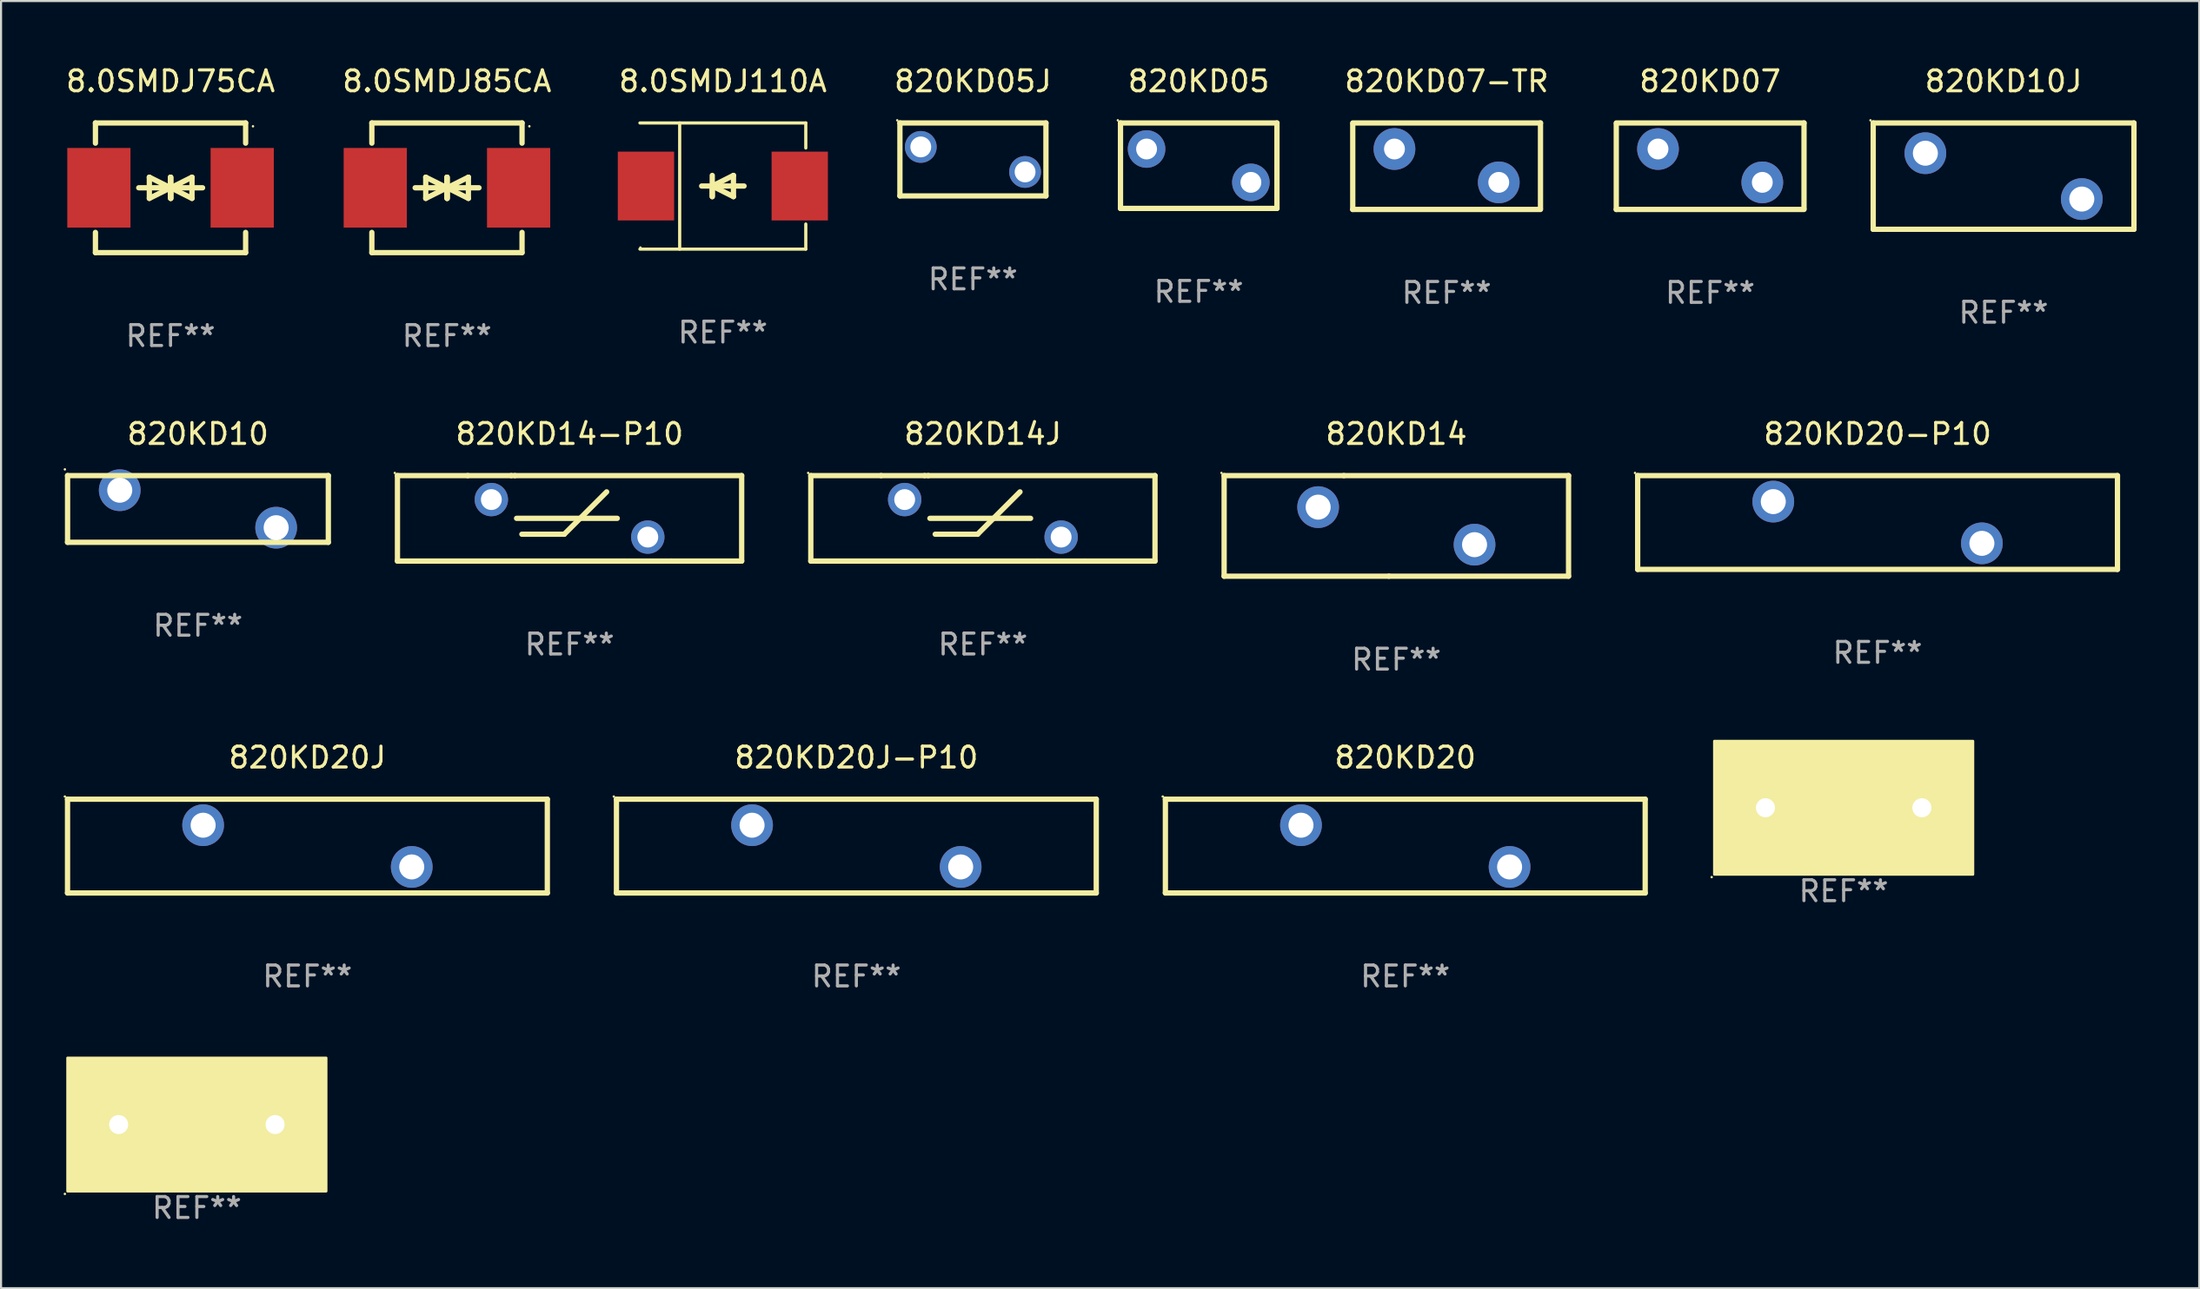
<source format=kicad_pcb>
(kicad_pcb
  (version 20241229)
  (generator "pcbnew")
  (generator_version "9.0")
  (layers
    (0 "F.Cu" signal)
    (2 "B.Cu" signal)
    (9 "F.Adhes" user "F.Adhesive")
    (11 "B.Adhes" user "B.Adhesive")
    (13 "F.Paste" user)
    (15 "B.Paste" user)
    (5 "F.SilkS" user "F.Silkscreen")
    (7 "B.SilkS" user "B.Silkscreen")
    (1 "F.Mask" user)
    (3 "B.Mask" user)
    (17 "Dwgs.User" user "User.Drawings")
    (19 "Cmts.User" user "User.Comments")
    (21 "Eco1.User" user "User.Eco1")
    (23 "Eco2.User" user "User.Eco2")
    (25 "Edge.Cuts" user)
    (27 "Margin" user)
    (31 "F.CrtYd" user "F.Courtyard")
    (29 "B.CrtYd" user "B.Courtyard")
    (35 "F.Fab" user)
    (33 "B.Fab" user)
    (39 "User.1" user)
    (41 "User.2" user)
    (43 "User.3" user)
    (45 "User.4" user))
  (footprint "820KD05J"
    (layer "F.Cu")
    (at 43.589 4.598)
    (property "Reference" "820KD05J" (at 0 -3.75 0) (layer "F.SilkS") (effects (font (size 1 1) (thickness 0.15))))
    (attr through_hole)
    (fp_line (start -3.5 -1.75) (end 3.5 -1.75) (stroke (width 0.254) (type solid)) (layer "F.SilkS"))
    (fp_line (start -3.5 1.75) (end -3.5 -1.75) (stroke (width 0.254) (type solid)) (layer "F.SilkS"))
    (fp_line (start -3.5 1.75) (end 3.5 1.75) (stroke (width 0.254) (type solid)) (layer "F.SilkS"))
    (fp_line (start 3.5 -1.75) (end 3.5 1.75) (stroke (width 0.254) (type solid)) (layer "F.SilkS"))
    (fp_circle (center -3.627 -1.877) (end -3.597 -1.877) (stroke (width 0.06) (type solid)) (fill no) (layer "F.SilkS"))
    (fp_text user "REF**" (at 0 5.75 0) (layer "F.Fab") (effects (font (size 1 1) (thickness 0.15))))
    (pad "1" thru_hole circle (at -2.5 -0.6) (size 1.524 1.524) (drill 1) (layers "*.Cu" "*.Mask"))
    (pad "2" thru_hole circle (at 2.5 0.6) (size 1.524 1.524) (drill 1) (layers "*.Cu" "*.Mask")))
  (footprint "820KD10J"
    (layer "F.Cu")
    (at 92.994 5.399)
    (property "Reference" "820KD10J" (at 0 -4.55 0) (layer "F.SilkS") (effects (font (size 1 1) (thickness 0.15))))
    (attr through_hole)
    (fp_line (start -6.249 -2.55) (end 6.251 -2.55) (stroke (width 0.254) (type solid)) (layer "F.SilkS"))
    (fp_line (start -6.249 2.55) (end -6.249 -2.55) (stroke (width 0.254) (type solid)) (layer "F.SilkS"))
    (fp_line (start 6.251 -2.55) (end 6.251 2.55) (stroke (width 0.254) (type solid)) (layer "F.SilkS"))
    (fp_line (start 6.251 2.55) (end -6.251 2.55) (stroke (width 0.254) (type solid)) (layer "F.SilkS"))
    (fp_circle (center -6.378 -2.677) (end -6.348 -2.677) (stroke (width 0.06) (type solid)) (fill no) (layer "F.SilkS"))
    (fp_text user "REF**" (at 0 6.55 0) (layer "F.Fab") (effects (font (size 1 1) (thickness 0.15))))
    (pad "1" thru_hole circle (at -3.748 -1.1) (size 2 2) (drill 1.2) (layers "*.Cu" "*.Mask"))
    (pad "2" thru_hole circle (at 3.75 1.1) (size 2 2) (drill 1.2) (layers "*.Cu" "*.Mask")))
  (footprint "820KD20J-P10"
    (layer "F.Cu")
    (at 38.001 37.538)
    (property "Reference" "820KD20J-P10" (at 0 -4.25 0) (layer "F.SilkS") (effects (font (size 1 1) (thickness 0.15))))
    (attr through_hole)
    (fp_line (start -11.5 -2.25) (end 11.5 -2.25) (stroke (width 0.254) (type solid)) (layer "F.SilkS"))
    (fp_line (start -11.5 2.25) (end -11.5 -2.25) (stroke (width 0.254) (type solid)) (layer "F.SilkS"))
    (fp_line (start 11.5 -2.25) (end 11.5 2.25) (stroke (width 0.254) (type solid)) (layer "F.SilkS"))
    (fp_line (start 11.5 2.249) (end -11.5 2.249) (stroke (width 0.254) (type solid)) (layer "F.SilkS"))
    (fp_circle (center -11.627 -2.377) (end -11.597 -2.377) (stroke (width 0.06) (type solid)) (fill no) (layer "F.SilkS"))
    (fp_text user "REF**" (at 0 6.25 0) (layer "F.Fab") (effects (font (size 1 1) (thickness 0.15))))
    (pad "1" thru_hole circle (at -5 -1.002) (size 2 2) (drill 1.2) (layers "*.Cu" "*.Mask"))
    (pad "2" thru_hole circle (at 5 0.999) (size 2 2) (drill 1.2) (layers "*.Cu" "*.Mask")))
  (footprint "820KD14-P10"
    (layer "F.Cu")
    (at 24.253 21.815)
    (property "Reference" "820KD14-P10" (at 0 -4.05 0) (layer "F.SilkS") (effects (font (size 1 1) (thickness 0.15))))
    (attr through_hole)
    (fp_line (start -8.25 -2.05) (end -4.881 -2.05) (stroke (width 0.254) (type solid)) (layer "F.SilkS"))
    (fp_line (start -8.25 2.05) (end -8.25 -2.05) (stroke (width 0.254) (type solid)) (layer "F.SilkS"))
    (fp_line (start -8.25 2.05) (end 2.619 2.05) (stroke (width 0.254) (type solid)) (layer "F.SilkS"))
    (fp_line (start -4.881 -2.05) (end -2.794 -2.05) (stroke (width 0.254) (type solid)) (layer "F.SilkS"))
    (fp_line (start -2.794 -2.05) (end -2.619 -2.05) (stroke (width 0.254) (type solid)) (layer "F.SilkS"))
    (fp_line (start -2.54 0) (end 2.286 0) (stroke (width 0.254) (type solid)) (layer "F.SilkS"))
    (fp_line (start -2.286 0.762) (end -0.254 0.762) (stroke (width 0.254) (type solid)) (layer "F.SilkS"))
    (fp_line (start -0.254 0.762) (end 1.778 -1.27) (stroke (width 0.254) (type solid)) (layer "F.SilkS"))
    (fp_line (start 2.619 2.05) (end 4.881 2.05) (stroke (width 0.254) (type solid)) (layer "F.SilkS"))
    (fp_line (start 4.881 2.05) (end 8.25 2.05) (stroke (width 0.254) (type solid)) (layer "F.SilkS"))
    (fp_line (start 8.25 -2.05) (end -2.619 -2.05) (stroke (width 0.254) (type solid)) (layer "F.SilkS"))
    (fp_line (start 8.25 -2.05) (end 8.25 2.05) (stroke (width 0.254) (type solid)) (layer "F.SilkS"))
    (fp_circle (center -8.377 -2.177) (end -8.347 -2.177) (stroke (width 0.06) (type solid)) (fill no) (layer "F.SilkS"))
    (fp_text user "REF**" (at 0 6.05 0) (layer "F.Fab") (effects (font (size 1 1) (thickness 0.15))))
    (pad "1" thru_hole circle (at -3.75 -0.9) (size 1.6 1.6) (drill 1) (layers "*.Cu" "*.Mask"))
    (pad "2" thru_hole circle (at 3.75 0.9) (size 1.6 1.6) (drill 1) (layers "*.Cu" "*.Mask")))
  (footprint "8.0SMDJ75CA"
    (layer "F.Cu")
    (at 5.125 5.958)
    (property "Reference" "8.0SMDJ75CA" (at 0 -5.11 0) (layer "F.SilkS") (effects (font (size 1 1) (thickness 0.15))))
    (attr through_hole)
    (fp_line (start -3.6 -2.141) (end -3.6 -3.11) (stroke (width 0.254) (type solid)) (layer "F.SilkS"))
    (fp_line (start -3.6 3.11) (end -3.6 2.141) (stroke (width 0.254) (type solid)) (layer "F.SilkS"))
    (fp_line (start -1.524 0) (end 0.508 0) (stroke (width 0.254) (type solid)) (layer "F.SilkS"))
    (fp_line (start -1.016 -0.508) (end -1.016 0.508) (stroke (width 0.254) (type solid)) (layer "F.SilkS"))
    (fp_line (start -1.016 0.508) (end 0 0) (stroke (width 0.254) (type solid)) (layer "F.SilkS"))
    (fp_line (start 0 -0.508) (end 0 0.508) (stroke (width 0.254) (type solid)) (layer "F.SilkS"))
    (fp_line (start 0 0) (end -1.016 -0.508) (stroke (width 0.254) (type solid)) (layer "F.SilkS"))
    (fp_line (start 0 0) (end 0 -0.508) (stroke (width 0.254) (type solid)) (layer "F.SilkS"))
    (fp_line (start 0.012 0) (end 0.012 0.508) (stroke (width 0.254) (type solid)) (layer "F.SilkS"))
    (fp_line (start 0.012 0) (end 1.028 0.508) (stroke (width 0.254) (type solid)) (layer "F.SilkS"))
    (fp_line (start 0.012 0.508) (end 0.012 -0.508) (stroke (width 0.254) (type solid)) (layer "F.SilkS"))
    (fp_line (start 1.028 -0.508) (end 0.012 0) (stroke (width 0.254) (type solid)) (layer "F.SilkS"))
    (fp_line (start 1.028 0.508) (end 1.028 -0.508) (stroke (width 0.254) (type solid)) (layer "F.SilkS"))
    (fp_line (start 1.536 0) (end -0.496 0) (stroke (width 0.254) (type solid)) (layer "F.SilkS"))
    (fp_line (start 3.6 -3.11) (end -3.6 -3.11) (stroke (width 0.254) (type solid)) (layer "F.SilkS"))
    (fp_line (start 3.6 -2.141) (end 3.6 -3.11) (stroke (width 0.254) (type solid)) (layer "F.SilkS"))
    (fp_line (start 3.6 3.11) (end -3.6 3.11) (stroke (width 0.254) (type solid)) (layer "F.SilkS"))
    (fp_line (start 3.6 3.11) (end 3.6 2.141) (stroke (width 0.254) (type solid)) (layer "F.SilkS"))
    (fp_circle (center 3.952 -2.95) (end 3.982 -2.95) (stroke (width 0.06) (type solid)) (fill no) (layer "F.SilkS"))
    (fp_text user "REF**" (at 0 7.11 0) (layer "F.Fab") (effects (font (size 1 1) (thickness 0.15))))
    (pad "1" smd rect (at 3.435 0) (size 3.03 3.82) (layers "F.Cu" "F.Mask" "F.Paste"))
    (pad "2" smd rect (at -3.435 0) (size 3.03 3.82) (layers "F.Cu" "F.Mask" "F.Paste")))
  (footprint "820KD20J"
    (layer "F.Cu")
    (at 11.687 37.538)
    (property "Reference" "820KD20J" (at 0 -4.25 0) (layer "F.SilkS") (effects (font (size 1 1) (thickness 0.15))))
    (attr through_hole)
    (fp_line (start -11.5 -2.25) (end 11.5 -2.25) (stroke (width 0.254) (type solid)) (layer "F.SilkS"))
    (fp_line (start -11.5 2.25) (end -11.5 -2.25) (stroke (width 0.254) (type solid)) (layer "F.SilkS"))
    (fp_line (start 11.5 -2.25) (end 11.5 2.25) (stroke (width 0.254) (type solid)) (layer "F.SilkS"))
    (fp_line (start 11.5 2.249) (end -11.5 2.249) (stroke (width 0.254) (type solid)) (layer "F.SilkS"))
    (fp_circle (center -11.627 -2.377) (end -11.597 -2.377) (stroke (width 0.06) (type solid)) (fill no) (layer "F.SilkS"))
    (fp_text user "REF**" (at 0 6.25 0) (layer "F.Fab") (effects (font (size 1 1) (thickness 0.15))))
    (pad "1" thru_hole circle (at -5 -1.002) (size 2 2) (drill 1.2) (layers "*.Cu" "*.Mask"))
    (pad "2" thru_hole circle (at 5 0.999) (size 2 2) (drill 1.2) (layers "*.Cu" "*.Mask")))
  (footprint "8.0SMDJ85CA"
    (layer "F.Cu")
    (at 18.375 5.958)
    (property "Reference" "8.0SMDJ85CA" (at 0 -5.11 0) (layer "F.SilkS") (effects (font (size 1 1) (thickness 0.15))))
    (attr through_hole)
    (fp_line (start -3.6 -2.141) (end -3.6 -3.11) (stroke (width 0.254) (type solid)) (layer "F.SilkS"))
    (fp_line (start -3.6 3.11) (end -3.6 2.141) (stroke (width 0.254) (type solid)) (layer "F.SilkS"))
    (fp_line (start -1.524 0) (end 0.508 0) (stroke (width 0.254) (type solid)) (layer "F.SilkS"))
    (fp_line (start -1.016 -0.508) (end -1.016 0.508) (stroke (width 0.254) (type solid)) (layer "F.SilkS"))
    (fp_line (start -1.016 0.508) (end 0 0) (stroke (width 0.254) (type solid)) (layer "F.SilkS"))
    (fp_line (start 0 -0.508) (end 0 0.508) (stroke (width 0.254) (type solid)) (layer "F.SilkS"))
    (fp_line (start 0 0) (end -1.016 -0.508) (stroke (width 0.254) (type solid)) (layer "F.SilkS"))
    (fp_line (start 0 0) (end 0 -0.508) (stroke (width 0.254) (type solid)) (layer "F.SilkS"))
    (fp_line (start 0.012 0) (end 0.012 0.508) (stroke (width 0.254) (type solid)) (layer "F.SilkS"))
    (fp_line (start 0.012 0) (end 1.028 0.508) (stroke (width 0.254) (type solid)) (layer "F.SilkS"))
    (fp_line (start 0.012 0.508) (end 0.012 -0.508) (stroke (width 0.254) (type solid)) (layer "F.SilkS"))
    (fp_line (start 1.028 -0.508) (end 0.012 0) (stroke (width 0.254) (type solid)) (layer "F.SilkS"))
    (fp_line (start 1.028 0.508) (end 1.028 -0.508) (stroke (width 0.254) (type solid)) (layer "F.SilkS"))
    (fp_line (start 1.536 0) (end -0.496 0) (stroke (width 0.254) (type solid)) (layer "F.SilkS"))
    (fp_line (start 3.6 -3.11) (end -3.6 -3.11) (stroke (width 0.254) (type solid)) (layer "F.SilkS"))
    (fp_line (start 3.6 -2.141) (end 3.6 -3.11) (stroke (width 0.254) (type solid)) (layer "F.SilkS"))
    (fp_line (start 3.6 3.11) (end -3.6 3.11) (stroke (width 0.254) (type solid)) (layer "F.SilkS"))
    (fp_line (start 3.6 3.11) (end 3.6 2.141) (stroke (width 0.254) (type solid)) (layer "F.SilkS"))
    (fp_circle (center 3.952 -2.95) (end 3.982 -2.95) (stroke (width 0.06) (type solid)) (fill no) (layer "F.SilkS"))
    (fp_text user "REF**" (at 0 7.11 0) (layer "F.Fab") (effects (font (size 1 1) (thickness 0.15))))
    (pad "1" smd rect (at 3.435 0) (size 3.03 3.82) (layers "F.Cu" "F.Mask" "F.Paste"))
    (pad "2" smd rect (at -3.435 0) (size 3.03 3.82) (layers "F.Cu" "F.Mask" "F.Paste")))
  (footprint "820KD14J"
    (layer "F.Cu")
    (at 44.067 21.815)
    (property "Reference" "820KD14J" (at 0 -4.05 0) (layer "F.SilkS") (effects (font (size 1 1) (thickness 0.15))))
    (attr through_hole)
    (fp_line (start -8.25 -2.05) (end -4.881 -2.05) (stroke (width 0.254) (type solid)) (layer "F.SilkS"))
    (fp_line (start -8.25 2.05) (end -8.25 -2.05) (stroke (width 0.254) (type solid)) (layer "F.SilkS"))
    (fp_line (start -8.25 2.05) (end 2.619 2.05) (stroke (width 0.254) (type solid)) (layer "F.SilkS"))
    (fp_line (start -4.881 -2.05) (end -2.794 -2.05) (stroke (width 0.254) (type solid)) (layer "F.SilkS"))
    (fp_line (start -2.794 -2.05) (end -2.619 -2.05) (stroke (width 0.254) (type solid)) (layer "F.SilkS"))
    (fp_line (start -2.54 0) (end 2.286 0) (stroke (width 0.254) (type solid)) (layer "F.SilkS"))
    (fp_line (start -2.286 0.762) (end -0.254 0.762) (stroke (width 0.254) (type solid)) (layer "F.SilkS"))
    (fp_line (start -0.254 0.762) (end 1.778 -1.27) (stroke (width 0.254) (type solid)) (layer "F.SilkS"))
    (fp_line (start 2.619 2.05) (end 4.881 2.05) (stroke (width 0.254) (type solid)) (layer "F.SilkS"))
    (fp_line (start 4.881 2.05) (end 8.25 2.05) (stroke (width 0.254) (type solid)) (layer "F.SilkS"))
    (fp_line (start 8.25 -2.05) (end -2.619 -2.05) (stroke (width 0.254) (type solid)) (layer "F.SilkS"))
    (fp_line (start 8.25 -2.05) (end 8.25 2.05) (stroke (width 0.254) (type solid)) (layer "F.SilkS"))
    (fp_circle (center -8.377 -2.177) (end -8.347 -2.177) (stroke (width 0.06) (type solid)) (fill no) (layer "F.SilkS"))
    (fp_text user "REF**" (at 0 6.05 0) (layer "F.Fab") (effects (font (size 1 1) (thickness 0.15))))
    (pad "1" thru_hole circle (at -3.75 -0.9) (size 1.6 1.6) (drill 1) (layers "*.Cu" "*.Mask"))
    (pad "2" thru_hole circle (at 3.75 0.9) (size 1.6 1.6) (drill 1) (layers "*.Cu" "*.Mask")))
  (footprint "8.0SMDJ110A"
    (layer "F.Cu")
    (at 31.601 5.874)
    (property "Reference" "8.0SMDJ110A" (at 0 -5.026 0) (layer "F.SilkS") (effects (font (size 1 1) (thickness 0.15))))
    (attr through_hole)
    (fp_line (start -3.976 -3.026) (end 3.976 -3.026) (stroke (width 0.152) (type solid)) (layer "F.SilkS"))
    (fp_line (start -3.976 3.026) (end 3.976 3.026) (stroke (width 0.152) (type solid)) (layer "F.SilkS"))
    (fp_line (start -2.069 -3.026) (end -2.069 3.026) (stroke (width 0.152) (type solid)) (layer "F.SilkS"))
    (fp_line (start -0.508 0) (end -0.508 0.508) (stroke (width 0.254) (type solid)) (layer "F.SilkS"))
    (fp_line (start -0.508 0) (end 0.508 0.508) (stroke (width 0.254) (type solid)) (layer "F.SilkS"))
    (fp_line (start -0.508 0.508) (end -0.508 -0.508) (stroke (width 0.254) (type solid)) (layer "F.SilkS"))
    (fp_line (start 0.508 -0.508) (end -0.508 0) (stroke (width 0.254) (type solid)) (layer "F.SilkS"))
    (fp_line (start 0.508 0.508) (end 0.508 -0.508) (stroke (width 0.254) (type solid)) (layer "F.SilkS"))
    (fp_line (start 1.016 0) (end -1.016 0) (stroke (width 0.254) (type solid)) (layer "F.SilkS"))
    (fp_line (start 3.976 -3.026) (end 3.976 -1.823) (stroke (width 0.152) (type solid)) (layer "F.SilkS"))
    (fp_line (start 3.976 3.026) (end 3.976 1.823) (stroke (width 0.152) (type solid)) (layer "F.SilkS"))
    (fp_circle (center -3.95 2.95) (end -3.92 2.95) (stroke (width 0.06) (type solid)) (fill no) (layer "F.SilkS"))
    (fp_text user "REF**" (at 0 7.026 0) (layer "F.Fab") (effects (font (size 1 1) (thickness 0.15))))
    (pad "1" smd rect (at -3.686 0) (size 2.7 3.3) (layers "F.Cu" "F.Mask" "F.Paste"))
    (pad "2" smd rect (at 3.686 0) (size 2.7 3.3) (layers "F.Cu" "F.Mask" "F.Paste")))
  (footprint "820KD10"
    (layer "F.Cu")
    (at 6.438 21.365)
    (property "Reference" "820KD10" (at 0 -3.6 0) (layer "F.SilkS") (effects (font (size 1 1) (thickness 0.15))))
    (attr through_hole)
    (fp_line (start -6.249 -1.6) (end 6.251 -1.6) (stroke (width 0.254) (type solid)) (layer "F.SilkS"))
    (fp_line (start -6.249 1.6) (end -6.249 -1.6) (stroke (width 0.254) (type solid)) (layer "F.SilkS"))
    (fp_line (start 6.251 -1.6) (end 6.251 1.6) (stroke (width 0.254) (type solid)) (layer "F.SilkS"))
    (fp_line (start 6.251 1.6) (end -6.251 1.6) (stroke (width 0.254) (type solid)) (layer "F.SilkS"))
    (fp_circle (center -6.378 -1.899) (end -6.348 -1.899) (stroke (width 0.06) (type solid)) (fill no) (layer "F.SilkS"))
    (fp_text user "REF**" (at 0 5.6 0) (layer "F.Fab") (effects (font (size 1 1) (thickness 0.15))))
    (pad "1" thru_hole circle (at -3.748 -0.899) (size 2 2) (drill 1.2) (layers "*.Cu" "*.Mask"))
    (pad "2" thru_hole circle (at 3.75 0.899) (size 2 2) (drill 1.2) (layers "*.Cu" "*.Mask")))
  (footprint "80714000000"
    (layer "F.Cu")
    (at 85.329 35.699)
    (property "Reference" "80714000000" (at 0 -2 0) (layer "F.SilkS") (effects (font (size 1 1) (thickness 0.15))))
    (attr through_hole)
    (fp_circle (center -6.327 3.327) (end -6.297 3.327) (stroke (width 0.06) (type solid)) (fill no) (layer "F.SilkS"))
    (fp_poly (pts (xy -6.2 -3.2) (xy 6.2 -3.2) (xy 6.2 3.2) (xy -6.2 3.2)) (stroke (width 0.12) (type solid)) (fill yes) (layer "F.SilkS"))
    (fp_text user "REF**" (at 0 4 0) (layer "F.Fab") (effects (font (size 1 1) (thickness 0.15))))
    (pad "1" thru_hole circle (at -3.75 0) (size 1.524 1.524) (drill 0.914) (layers "*.Cu" "*.Mask"))
    (pad "2" thru_hole circle (at 3.75 0) (size 1.524 1.524) (drill 0.914) (layers "*.Cu" "*.Mask")))
  (footprint "820KD07-TR"
    (layer "F.Cu")
    (at 66.296 4.923)
    (property "Reference" "820KD07-TR" (at 0 -4.075 0) (layer "F.SilkS") (effects (font (size 1 1) (thickness 0.15))))
    (attr through_hole)
    (fp_line (start -4.5 -2.075) (end 4.5 -2.075) (stroke (width 0.254) (type solid)) (layer "F.SilkS"))
    (fp_line (start -4.5 2.075) (end -4.5 -2.025) (stroke (width 0.254) (type solid)) (layer "F.SilkS"))
    (fp_line (start 4.5 -2.075) (end 4.5 2.025) (stroke (width 0.254) (type solid)) (layer "F.SilkS"))
    (fp_line (start 4.5 2.075) (end -4.5 2.075) (stroke (width 0.254) (type solid)) (layer "F.SilkS"))
    (fp_circle (center -4.5 -2.075) (end -4.47 -2.075) (stroke (width 0.06) (type solid)) (fill no) (layer "F.SilkS"))
    (fp_text user "REF**" (at 0 6.075 0) (layer "F.Fab") (effects (font (size 1 1) (thickness 0.15))))
    (pad "1" thru_hole circle (at -2.5 -0.825) (size 2 2) (drill 1) (layers "*.Cu" "*.Mask"))
    (pad "2" thru_hole circle (at 2.5 0.775) (size 2 2) (drill 1) (layers "*.Cu" "*.Mask")))
  (footprint "80715000000"
    (layer "F.Cu")
    (at 6.387 50.896)
    (property "Reference" "80715000000" (at 0 -2 0) (layer "F.SilkS") (effects (font (size 1 1) (thickness 0.15))))
    (attr through_hole)
    (fp_circle (center -6.327 3.327) (end -6.297 3.327) (stroke (width 0.06) (type solid)) (fill no) (layer "F.SilkS"))
    (fp_poly (pts (xy -6.2 -3.2) (xy 6.2 -3.2) (xy 6.2 3.2) (xy -6.2 3.2)) (stroke (width 0.12) (type solid)) (fill yes) (layer "F.SilkS"))
    (fp_text user "REF**" (at 0 4 0) (layer "F.Fab") (effects (font (size 1 1) (thickness 0.15))))
    (pad "1" thru_hole circle (at -3.75 0) (size 1.524 1.524) (drill 0.914) (layers "*.Cu" "*.Mask"))
    (pad "2" thru_hole circle (at 3.75 0) (size 1.524 1.524) (drill 0.914) (layers "*.Cu" "*.Mask")))
  (footprint "820KD05"
    (layer "F.Cu")
    (at 54.413 4.898)
    (property "Reference" "820KD05" (at 0 -4.05 0) (layer "F.SilkS") (effects (font (size 1 1) (thickness 0.15))))
    (attr through_hole)
    (fp_line (start -3.75 -2.05) (end -3.75 2.05) (stroke (width 0.254) (type solid)) (layer "F.SilkS"))
    (fp_line (start -3.75 -2.05) (end 3.75 -2.05) (stroke (width 0.254) (type solid)) (layer "F.SilkS"))
    (fp_line (start -3.75 2.05) (end 3.75 2.05) (stroke (width 0.254) (type solid)) (layer "F.SilkS"))
    (fp_line (start 3.75 -2.05) (end 3.75 2.05) (stroke (width 0.254) (type solid)) (layer "F.SilkS"))
    (fp_circle (center -3.877 -2.177) (end -3.847 -2.177) (stroke (width 0.06) (type solid)) (fill no) (layer "F.SilkS"))
    (fp_text user "REF**" (at 0 6.05 0) (layer "F.Fab") (effects (font (size 1 1) (thickness 0.15))))
    (pad "1" thru_hole circle (at -2.5 -0.8) (size 1.8 1.8) (drill 1) (layers "*.Cu" "*.Mask"))
    (pad "2" thru_hole circle (at 2.5 0.8) (size 1.8 1.8) (drill 1) (layers "*.Cu" "*.Mask")))
  (footprint "820KD20-P10"
    (layer "F.Cu")
    (at 86.955 22.015)
    (property "Reference" "820KD20-P10" (at 0 -4.25 0) (layer "F.SilkS") (effects (font (size 1 1) (thickness 0.15))))
    (attr through_hole)
    (fp_line (start -11.5 -2.25) (end 11.5 -2.25) (stroke (width 0.254) (type solid)) (layer "F.SilkS"))
    (fp_line (start -11.5 2.25) (end -11.5 -2.25) (stroke (width 0.254) (type solid)) (layer "F.SilkS"))
    (fp_line (start 11.5 -2.25) (end 11.5 2.25) (stroke (width 0.254) (type solid)) (layer "F.SilkS"))
    (fp_line (start 11.5 2.249) (end -11.5 2.249) (stroke (width 0.254) (type solid)) (layer "F.SilkS"))
    (fp_circle (center -11.627 -2.377) (end -11.597 -2.377) (stroke (width 0.06) (type solid)) (fill no) (layer "F.SilkS"))
    (fp_text user "REF**" (at 0 6.25 0) (layer "F.Fab") (effects (font (size 1 1) (thickness 0.15))))
    (pad "1" thru_hole circle (at -5 -1.002) (size 2 2) (drill 1.2) (layers "*.Cu" "*.Mask"))
    (pad "2" thru_hole circle (at 5 0.999) (size 2 2) (drill 1.2) (layers "*.Cu" "*.Mask")))
  (footprint "820KD14"
    (layer "F.Cu")
    (at 63.886 22.178)
    (property "Reference" "820KD14" (at 0 -4.413 0) (layer "F.SilkS") (effects (font (size 1 1) (thickness 0.15))))
    (attr through_hole)
    (fp_line (start -8.255 -2.413) (end -2.515 -2.413) (stroke (width 0.254) (type solid)) (layer "F.SilkS"))
    (fp_line (start -8.255 2.413) (end -8.255 -2.413) (stroke (width 0.254) (type solid)) (layer "F.SilkS"))
    (fp_line (start -2.515 -2.413) (end 8.255 -2.413) (stroke (width 0.254) (type solid)) (layer "F.SilkS"))
    (fp_line (start -0.356 2.413) (end -8.255 2.413) (stroke (width 0.254) (type solid)) (layer "F.SilkS"))
    (fp_line (start 8.255 -2.413) (end 8.255 2.413) (stroke (width 0.254) (type solid)) (layer "F.SilkS"))
    (fp_line (start 8.255 2.413) (end -0.356 2.413) (stroke (width 0.254) (type solid)) (layer "F.SilkS"))
    (fp_circle (center -8.382 -2.54) (end -8.352 -2.54) (stroke (width 0.06) (type solid)) (fill no) (layer "F.SilkS"))
    (fp_text user "REF**" (at 0 6.413 0) (layer "F.Fab") (effects (font (size 1 1) (thickness 0.15))))
    (pad "1" thru_hole circle (at -3.749 -0.9) (size 2 2) (drill 1.2) (layers "*.Cu" "*.Mask"))
    (pad "2" thru_hole circle (at 3.749 0.9) (size 2 2) (drill 1.2) (layers "*.Cu" "*.Mask")))
  (footprint "820KD20"
    (layer "F.Cu")
    (at 64.315 37.538)
    (property "Reference" "820KD20" (at 0 -4.25 0) (layer "F.SilkS") (effects (font (size 1 1) (thickness 0.15))))
    (attr through_hole)
    (fp_line (start -11.5 -2.25) (end 11.5 -2.25) (stroke (width 0.254) (type solid)) (layer "F.SilkS"))
    (fp_line (start -11.5 2.25) (end -11.5 -2.25) (stroke (width 0.254) (type solid)) (layer "F.SilkS"))
    (fp_line (start 11.5 -2.25) (end 11.5 2.25) (stroke (width 0.254) (type solid)) (layer "F.SilkS"))
    (fp_line (start 11.5 2.249) (end -11.5 2.249) (stroke (width 0.254) (type solid)) (layer "F.SilkS"))
    (fp_circle (center -11.627 -2.377) (end -11.597 -2.377) (stroke (width 0.06) (type solid)) (fill no) (layer "F.SilkS"))
    (fp_text user "REF**" (at 0 6.25 0) (layer "F.Fab") (effects (font (size 1 1) (thickness 0.15))))
    (pad "1" thru_hole circle (at -5 -1.002) (size 2 2) (drill 1.2) (layers "*.Cu" "*.Mask"))
    (pad "2" thru_hole circle (at 5 0.999) (size 2 2) (drill 1.2) (layers "*.Cu" "*.Mask")))
  (footprint "820KD07"
    (layer "F.Cu")
    (at 78.929 4.923)
    (property "Reference" "820KD07" (at 0 -4.075 0) (layer "F.SilkS") (effects (font (size 1 1) (thickness 0.15))))
    (attr through_hole)
    (fp_line (start -4.5 -2.075) (end 4.5 -2.075) (stroke (width 0.254) (type solid)) (layer "F.SilkS"))
    (fp_line (start -4.5 2.075) (end -4.5 -2.025) (stroke (width 0.254) (type solid)) (layer "F.SilkS"))
    (fp_line (start 4.5 -2.075) (end 4.5 2.025) (stroke (width 0.254) (type solid)) (layer "F.SilkS"))
    (fp_line (start 4.5 2.075) (end -4.5 2.075) (stroke (width 0.254) (type solid)) (layer "F.SilkS"))
    (fp_circle (center -4.5 -2.075) (end -4.47 -2.075) (stroke (width 0.06) (type solid)) (fill no) (layer "F.SilkS"))
    (fp_text user "REF**" (at 0 6.075 0) (layer "F.Fab") (effects (font (size 1 1) (thickness 0.15))))
    (pad "1" thru_hole circle (at -2.5 -0.825) (size 2 2) (drill 1) (layers "*.Cu" "*.Mask"))
    (pad "2" thru_hole circle (at 2.5 0.775) (size 2 2) (drill 1) (layers "*.Cu" "*.Mask")))
  (gr_rect
    (start -3 -3)
    (end 102.372 58.745)
    (stroke (width 0.1) (type default))
    (fill no)
    (layer "Edge.Cuts")))
</source>
